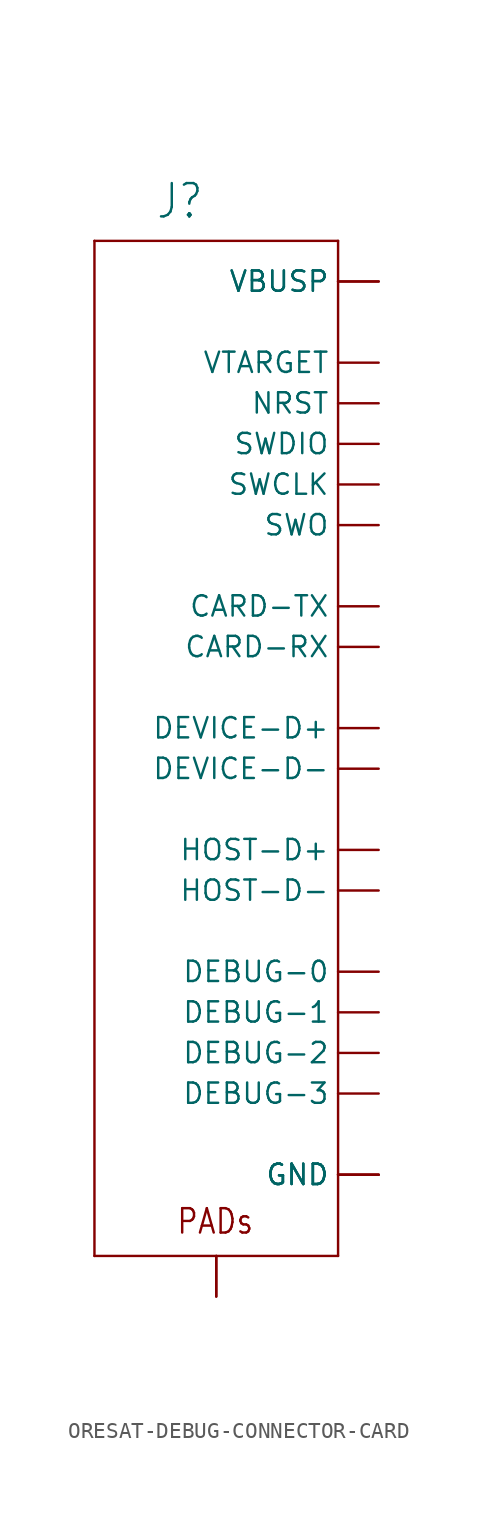
<source format=kicad_sym>
(kicad_symbol_lib
  (version 20211014)
  (generator kicad_symbol_editor)
  (symbol "ORESAT-DEBUG-CONNECTOR-CARD"
    (property "Reference" "J"
      (at -3.81 31.75 0)
      (effects (font (size 2.083 1.77)) (justify left bottom)))
    (property "ki_locked" ""
      (at 0 0 0)
      (effects (font (size 1.27 1.27))))
    (symbol "ORESAT-DEBUG-CONNECTOR-CARD_1_0"
      (polyline (pts (xy -7.62 -33.02) (xy 7.62 -33.02)) (stroke (width 0.152) (type default) (color 0 0 0 0)) (fill (type none)))
      (polyline (pts (xy -7.62 30.48) (xy -7.62 -33.02)) (stroke (width 0.152) (type default) (color 0 0 0 0)) (fill (type none)))
      (polyline (pts (xy 7.62 -33.02) (xy 7.62 30.48)) (stroke (width 0.152) (type default) (color 0 0 0 0)) (fill (type none)))
      (polyline (pts (xy 7.62 30.48) (xy -7.62 30.48)) (stroke (width 0.152) (type default) (color 0 0 0 0)) (fill (type none)))
      (text "PADs" (at -2.54 -31.75 0) (effects (font (size 1.524 1.295)) (justify left bottom)))
      (pin passive line (at 10.16 27.94 180) (length 2.54) (name "VBUSP" (effects (font (size 1.27 1.27)))) (number "1" (effects (font (size 0 0)))))
      (pin passive line (at 10.16 20.32 180) (length 2.54) (name "NRST" (effects (font (size 1.27 1.27)))) (number "10" (effects (font (size 0 0)))))
      (pin passive line (at 10.16 22.86 180) (length 2.54) (name "VTARGET" (effects (font (size 1.27 1.27)))) (number "11" (effects (font (size 0 0)))))
      (pin passive line (at 10.16 5.08 180) (length 2.54) (name "CARD-RX" (effects (font (size 1.27 1.27)))) (number "12" (effects (font (size 0 0)))))
      (pin passive line (at 10.16 7.62 180) (length 2.54) (name "CARD-TX" (effects (font (size 1.27 1.27)))) (number "13" (effects (font (size 0 0)))))
      (pin passive line (at 10.16 17.78 180) (length 2.54) (name "SWDIO" (effects (font (size 1.27 1.27)))) (number "14" (effects (font (size 0 0)))))
      (pin passive line (at 10.16 15.24 180) (length 2.54) (name "SWCLK" (effects (font (size 1.27 1.27)))) (number "15" (effects (font (size 0 0)))))
      (pin passive line (at 10.16 12.7 180) (length 2.54) (name "SWO" (effects (font (size 1.27 1.27)))) (number "16" (effects (font (size 0 0)))))
      (pin passive line (at 10.16 -15.24 180) (length 2.54) (name "DEBUG-0" (effects (font (size 1.27 1.27)))) (number "17" (effects (font (size 0 0)))))
      (pin passive line (at 10.16 -17.78 180) (length 2.54) (name "DEBUG-1" (effects (font (size 1.27 1.27)))) (number "18" (effects (font (size 0 0)))))
      (pin passive line (at 10.16 -20.32 180) (length 2.54) (name "DEBUG-2" (effects (font (size 1.27 1.27)))) (number "19" (effects (font (size 0 0)))))
      (pin passive line (at 10.16 27.94 180) (length 2.54) (name "VBUSP" (effects (font (size 1.27 1.27)))) (number "2" (effects (font (size 0 0)))))
      (pin passive line (at 10.16 -22.86 180) (length 2.54) (name "DEBUG-3" (effects (font (size 1.27 1.27)))) (number "20" (effects (font (size 0 0)))))
      (pin passive line (at 10.16 -27.94 180) (length 2.54) (name "GND" (effects (font (size 1.27 1.27)))) (number "3" (effects (font (size 0 0)))))
      (pin passive line (at 10.16 0 180) (length 2.54) (name "DEVICE-D+" (effects (font (size 1.27 1.27)))) (number "4" (effects (font (size 0 0)))))
      (pin passive line (at 10.16 -2.54 180) (length 2.54) (name "DEVICE-D-" (effects (font (size 1.27 1.27)))) (number "5" (effects (font (size 0 0)))))
      (pin passive line (at 10.16 -27.94 180) (length 2.54) (name "GND" (effects (font (size 1.27 1.27)))) (number "6" (effects (font (size 0 0)))))
      (pin passive line (at 10.16 -7.62 180) (length 2.54) (name "HOST-D+" (effects (font (size 1.27 1.27)))) (number "7" (effects (font (size 0 0)))))
      (pin passive line (at 10.16 -10.16 180) (length 2.54) (name "HOST-D-" (effects (font (size 1.27 1.27)))) (number "8" (effects (font (size 0 0)))))
      (pin passive line (at 10.16 -27.94 180) (length 2.54) (name "GND" (effects (font (size 1.27 1.27)))) (number "9" (effects (font (size 0 0)))))
      (pin bidirectional line (at 0 -35.56 90) (length 2.54) (name "PAD" (effects (font (size 0 0)))) (number "PAD1" (effects (font (size 0 0)))))
      (pin bidirectional line (at 0 -35.56 90) (length 2.54) (name "PAD" (effects (font (size 0 0)))) (number "PAD2" (effects (font (size 0 0))))))))
</source>
